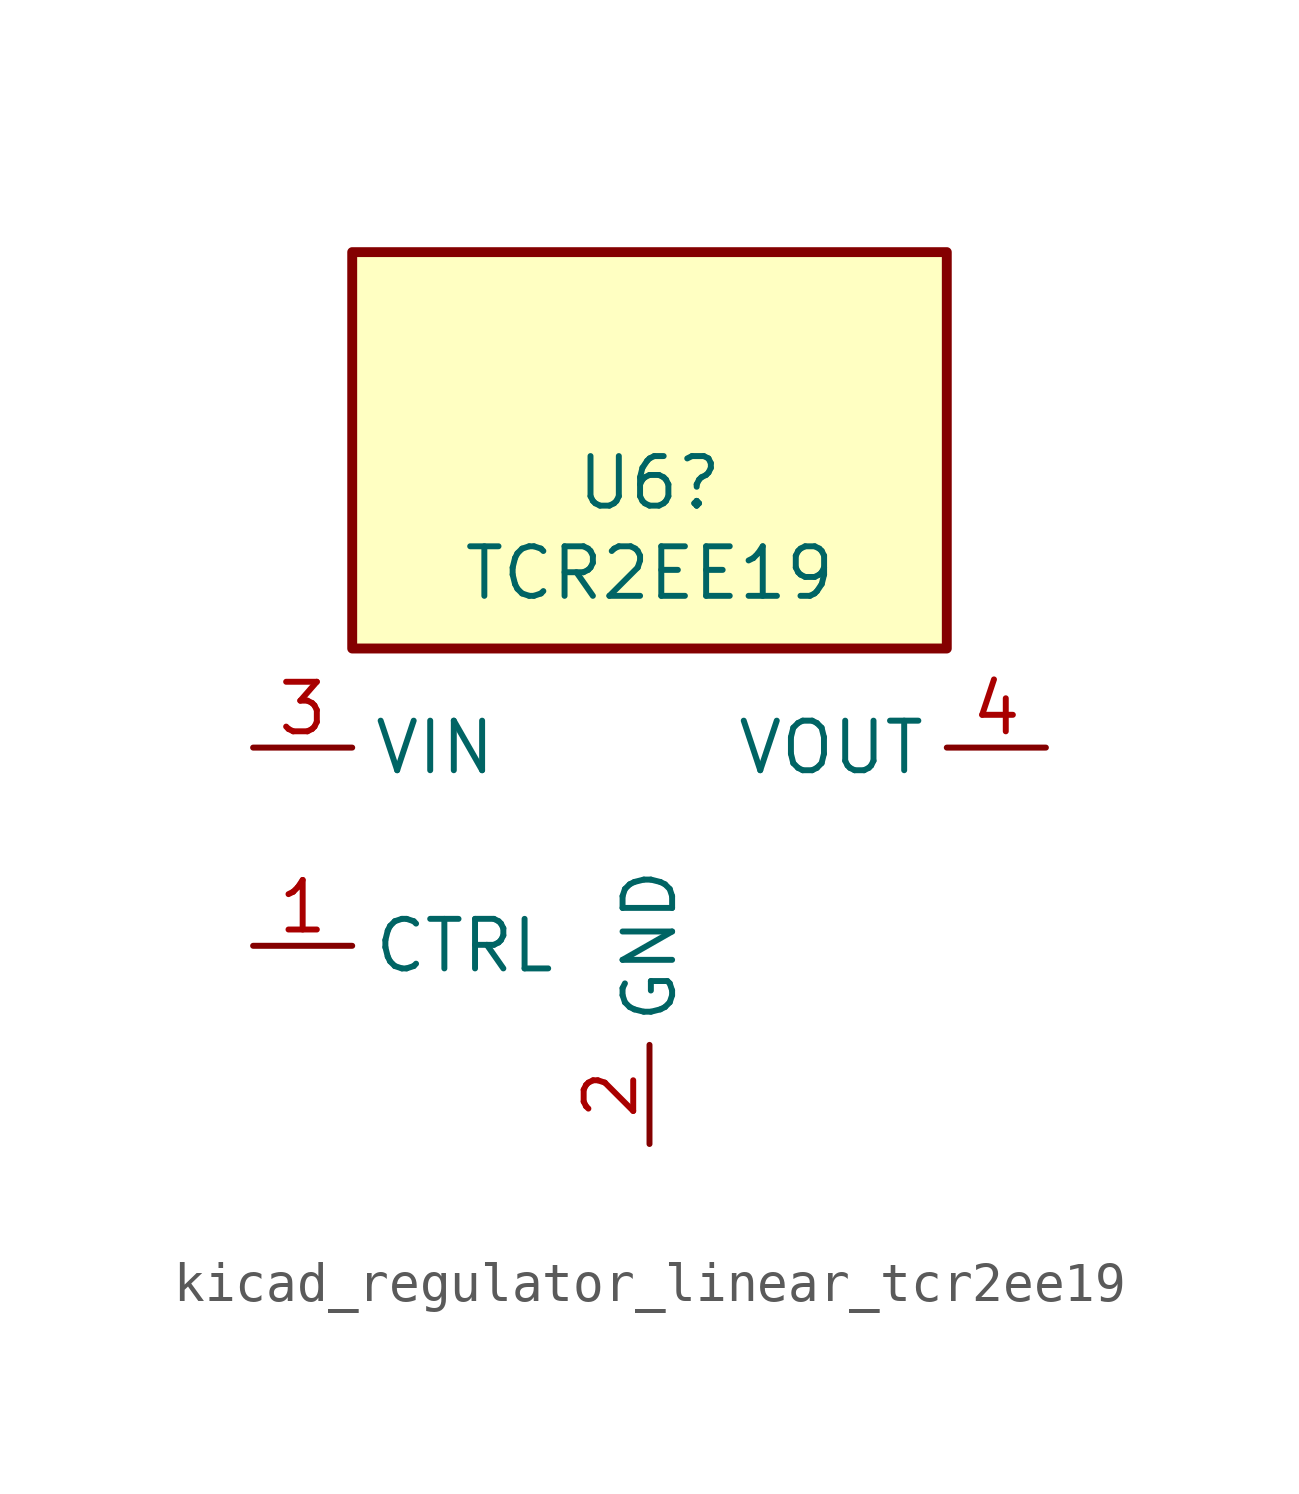
<source format=kicad_sym>
(kicad_symbol_lib
  (version 20220914)
  (generator kicad_symbol_editor)
  (symbol "kicad_regulator_linear_tcr2ee19"
    (property "Reference" "U6"
      (at 0 9.322 0)
      (effects (font (size 1.27 1.27))))
    (property "Value" "TCR2EE19"
      (at 0 7.01 0)
      (effects (font (size 1.27 1.27))))
    (symbol "kicad_regulator_linear_tcr2ee19_0_1"
      (rectangle (start 7.62 15.24) (end -7.62 5.08) (stroke (width 0.254) (type default)) (fill (type background))))
    (symbol "kicad_regulator_linear_tcr2ee19_1_1"
      (pin input line (at -10.16 -2.54 0) (length 2.54) (name "CTRL" (effects (font (size 1.27 1.27)))) (number "1" (effects (font (size 1.27 1.27)))))
      (pin power_in line (at 0 -7.62 90) (length 2.54) (name "GND" (effects (font (size 1.27 1.27)))) (number "2" (effects (font (size 1.27 1.27)))))
      (pin power_in line (at -10.16 2.54 0) (length 2.54) (name "VIN" (effects (font (size 1.27 1.27)))) (number "3" (effects (font (size 1.27 1.27)))))
      (pin power_out line (at 10.16 2.54 180) (length 2.54) (name "VOUT" (effects (font (size 1.27 1.27)))) (number "4" (effects (font (size 1.27 1.27)))))
      (pin no_connect line (at 7.62 -2.54 180) (length 2.54) hide (name "NC" (effects (font (size 1.27 1.27)))) (number "5" (effects (font (size 1.27 1.27))))))))
</source>
